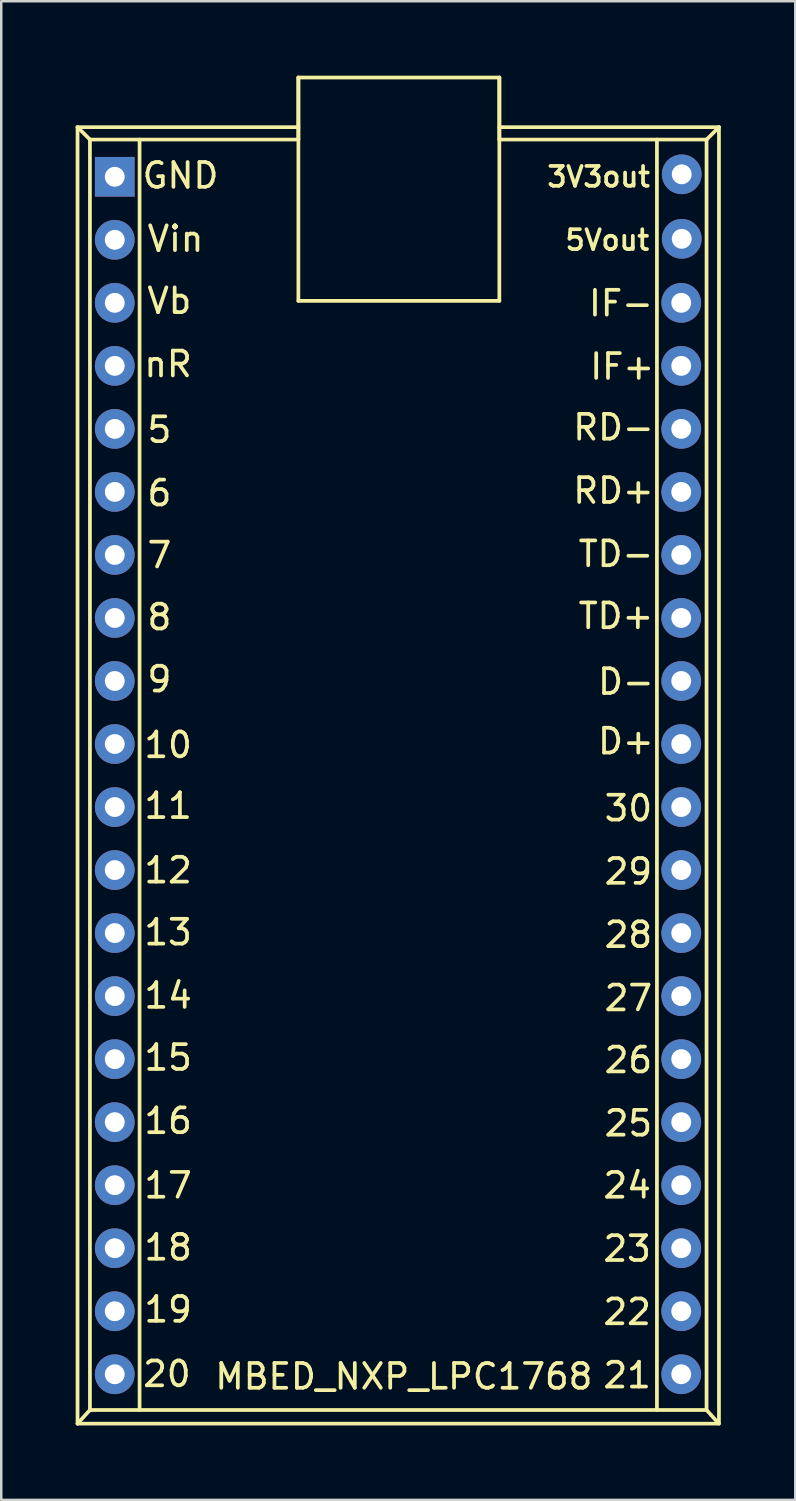
<source format=kicad_pcb>
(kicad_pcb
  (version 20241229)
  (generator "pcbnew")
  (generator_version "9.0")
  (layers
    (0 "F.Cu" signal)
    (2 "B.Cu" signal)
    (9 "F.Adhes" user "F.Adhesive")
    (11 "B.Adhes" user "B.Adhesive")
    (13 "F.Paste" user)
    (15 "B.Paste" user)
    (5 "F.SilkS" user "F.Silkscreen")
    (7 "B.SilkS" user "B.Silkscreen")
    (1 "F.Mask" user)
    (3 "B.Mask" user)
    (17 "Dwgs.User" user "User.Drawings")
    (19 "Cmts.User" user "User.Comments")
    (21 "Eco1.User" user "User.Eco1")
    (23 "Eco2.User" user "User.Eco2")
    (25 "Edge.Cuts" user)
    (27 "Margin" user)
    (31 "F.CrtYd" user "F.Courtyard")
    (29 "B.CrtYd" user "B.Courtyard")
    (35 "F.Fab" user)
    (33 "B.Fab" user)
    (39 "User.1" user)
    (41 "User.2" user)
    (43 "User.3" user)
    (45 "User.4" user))
  (footprint "MBED_NXP_LPC1768"
    (layer "F.Cu")
    (at 13.025 25.575)
    (property "Reference" "MBED_NXP_LPC1768" (at 0.2 26.85 0) (layer "F.SilkS") (effects (font (size 1 1) (thickness 0.15))))
    (attr through_hole)
    (fp_line (start -12.95 -23.5) (end -4.05 -23.5) (stroke (width 0.15) (type solid)) (layer "F.SilkS"))
    (fp_line (start -12.95 28.75) (end -12.95 -23.5) (stroke (width 0.15) (type solid)) (layer "F.SilkS"))
    (fp_line (start -12.95 28.75) (end -12.45 28.2) (stroke (width 0.15) (type solid)) (layer "F.SilkS"))
    (fp_line (start -12.45 -23) (end -12.95 -23.5) (stroke (width 0.15) (type solid)) (layer "F.SilkS"))
    (fp_line (start -12.45 -23) (end -4.05 -23) (stroke (width 0.15) (type solid)) (layer "F.SilkS"))
    (fp_line (start -12.45 28.2) (end -12.45 -23) (stroke (width 0.15) (type solid)) (layer "F.SilkS"))
    (fp_line (start -10.45 -23) (end -10.45 28.2) (stroke (width 0.15) (type solid)) (layer "F.SilkS"))
    (fp_line (start -4.05 -25.5) (end -4.05 -23) (stroke (width 0.15) (type solid)) (layer "F.SilkS"))
    (fp_line (start -4.05 -25.5) (end -4.05 -16.5) (stroke (width 0.15) (type solid)) (layer "F.SilkS"))
    (fp_line (start -4.05 -16.5) (end 4.05 -16.5) (stroke (width 0.15) (type solid)) (layer "F.SilkS"))
    (fp_line (start 4.05 -25.5) (end -4.05 -25.5) (stroke (width 0.15) (type solid)) (layer "F.SilkS"))
    (fp_line (start 4.05 -25.5) (end 4.05 -16.5) (stroke (width 0.15) (type solid)) (layer "F.SilkS"))
    (fp_line (start 4.05 -23) (end 4.05 -25.5) (stroke (width 0.15) (type solid)) (layer "F.SilkS"))
    (fp_line (start 4.05 -23) (end 12.4 -23) (stroke (width 0.15) (type solid)) (layer "F.SilkS"))
    (fp_line (start 10.4 28.2) (end 10.4 -23) (stroke (width 0.15) (type solid)) (layer "F.SilkS"))
    (fp_line (start 12.4 -23) (end 12.9 -23.5) (stroke (width 0.15) (type solid)) (layer "F.SilkS"))
    (fp_line (start 12.4 28.2) (end -12.45 28.2) (stroke (width 0.15) (type solid)) (layer "F.SilkS"))
    (fp_line (start 12.4 28.2) (end 12.4 -23) (stroke (width 0.15) (type solid)) (layer "F.SilkS"))
    (fp_line (start 12.4 28.2) (end 12.85 28.7) (stroke (width 0.15) (type solid)) (layer "F.SilkS"))
    (fp_line (start 12.9 -23.5) (end 4.05 -23.5) (stroke (width 0.15) (type solid)) (layer "F.SilkS"))
    (fp_line (start 12.9 -23.5) (end 12.9 28.75) (stroke (width 0.15) (type solid)) (layer "F.SilkS"))
    (fp_line (start 12.9 28.75) (end -12.95 28.75) (stroke (width 0.15) (type solid)) (layer "F.SilkS"))
    (fp_text user "28" (at 9.25 9.05 0) (layer "F.SilkS") (effects (font (size 1 1) (thickness 0.15))))
    (fp_text user "RD-" (at 8.65 -11.4 0) (layer "F.SilkS") (effects (font (size 1 1) (thickness 0.15))))
    (fp_text user "25" (at 9.25 16.65 0) (layer "F.SilkS") (effects (font (size 1 1) (thickness 0.15))))
    (fp_text user "6" (at -9.65 -8.75 0) (layer "F.SilkS") (effects (font (size 1 1) (thickness 0.15))))
    (fp_text user "TD+" (at 8.75 -3.8 0) (layer "F.SilkS") (effects (font (size 1 1) (thickness 0.15))))
    (fp_text user "nR" (at -9.3 -13.95 0) (layer "F.SilkS") (effects (font (size 1 1) (thickness 0.15))))
    (fp_text user "Vin" (at -9 -19 0) (layer "F.SilkS") (effects (font (size 1 1) (thickness 0.15))))
    (fp_text user "22" (at 9.2 24.25 0) (layer "F.SilkS") (effects (font (size 1 1) (thickness 0.15))))
    (fp_text user "26" (at 9.25 14.1 0) (layer "F.SilkS") (effects (font (size 1 1) (thickness 0.15))))
    (fp_text user "5" (at -9.65 -11.3 0) (layer "F.SilkS") (effects (font (size 1 1) (thickness 0.15))))
    (fp_text user "30" (at 9.25 3.95 0) (layer "F.SilkS") (effects (font (size 1 1) (thickness 0.15))))
    (fp_text user "9" (at -9.65 -1.25 0) (layer "F.SilkS") (effects (font (size 1 1) (thickness 0.15))))
    (fp_text user "11" (at -9.3 3.85 0) (layer "F.SilkS") (effects (font (size 1 1) (thickness 0.15))))
    (fp_text user "23" (at 9.2 21.7 0) (layer "F.SilkS") (effects (font (size 1 1) (thickness 0.15))))
    (fp_text user "19" (at -9.3 24.15 0) (layer "F.SilkS") (effects (font (size 1 1) (thickness 0.15))))
    (fp_text user "18" (at -9.3 21.65 0) (layer "F.SilkS") (effects (font (size 1 1) (thickness 0.15))))
    (fp_text user "10" (at -9.3 1.4 0) (layer "F.SilkS") (effects (font (size 1 1) (thickness 0.15))))
    (fp_text user "D+" (at 9.15 1.25 0) (layer "F.SilkS") (effects (font (size 1 1) (thickness 0.15))))
    (fp_text user "Vb" (at -9.25 -16.5 0) (layer "F.SilkS") (effects (font (size 1 1) (thickness 0.15))))
    (fp_text user "7" (at -9.65 -6.25 0) (layer "F.SilkS") (effects (font (size 1 1) (thickness 0.15))))
    (fp_text user "24" (at 9.2 19.15 0) (layer "F.SilkS") (effects (font (size 1 1) (thickness 0.15))))
    (fp_text user "RD+" (at 8.65 -8.85 0) (layer "F.SilkS") (effects (font (size 1 1) (thickness 0.15))))
    (fp_text user "D-" (at 9.15 -1.15 0) (layer "F.SilkS") (effects (font (size 1 1) (thickness 0.15))))
    (fp_text user "21" (at 9.2 26.8 0) (layer "F.SilkS") (effects (font (size 1 1) (thickness 0.15))))
    (fp_text user "3V3out" (at 8.05 -21.5 0) (layer "F.SilkS") (effects (font (size 0.8 0.8) (thickness 0.15))))
    (fp_text user "8" (at -9.65 -3.75 0) (layer "F.SilkS") (effects (font (size 1 1) (thickness 0.15))))
    (fp_text user "15" (at -9.3 14 0) (layer "F.SilkS") (effects (font (size 1 1) (thickness 0.15))))
    (fp_text user "16" (at -9.3 16.55 0) (layer "F.SilkS") (effects (font (size 1 1) (thickness 0.15))))
    (fp_text user "29" (at 9.25 6.5 0) (layer "F.SilkS") (effects (font (size 1 1) (thickness 0.15))))
    (fp_text user "IF-" (at 8.95 -16.4 0) (layer "F.SilkS") (effects (font (size 1 1) (thickness 0.15))))
    (fp_text user "27" (at 9.25 11.6 0) (layer "F.SilkS") (effects (font (size 1 1) (thickness 0.15))))
    (fp_text user "17" (at -9.3 19.15 0) (layer "F.SilkS") (effects (font (size 1 1) (thickness 0.15))))
    (fp_text user "TD-" (at 8.75 -6.3 0) (layer "F.SilkS") (effects (font (size 1 1) (thickness 0.15))))
    (fp_text user "12" (at -9.3 6.45 0) (layer "F.SilkS") (effects (font (size 1 1) (thickness 0.15))))
    (fp_text user "5Vout" (at 8.4 -18.95 0) (layer "F.SilkS") (effects (font (size 0.8 0.8) (thickness 0.15))))
    (fp_text user "13" (at -9.3 8.95 0) (layer "F.SilkS") (effects (font (size 1 1) (thickness 0.15))))
    (fp_text user "14" (at -9.3 11.5 0) (layer "F.SilkS") (effects (font (size 1 1) (thickness 0.15))))
    (fp_text user "20" (at -9.35 26.75 0) (layer "F.SilkS") (effects (font (size 1 1) (thickness 0.15))))
    (fp_text user "IF+" (at 9 -13.85 0) (layer "F.SilkS") (effects (font (size 1 1) (thickness 0.15))))
    (fp_text user "GND" (at -8.8 -21.55 0) (layer "F.SilkS") (effects (font (size 1 1) (thickness 0.15))))
    (pad "1" thru_hole rect (at -11.45 -21.5) (size 1.6 1.6) (drill 0.8) (layers "*.Cu" "*.Mask"))
    (pad "2" thru_hole oval (at -11.45 -18.96) (size 1.6 1.6) (drill 0.8) (layers "*.Cu" "*.Mask"))
    (pad "3" thru_hole oval (at -11.45 -16.42) (size 1.6 1.6) (drill 0.8) (layers "*.Cu" "*.Mask"))
    (pad "4" thru_hole oval (at -11.45 -13.88) (size 1.6 1.6) (drill 0.8) (layers "*.Cu" "*.Mask"))
    (pad "5" thru_hole oval (at -11.45 -11.34) (size 1.6 1.6) (drill 0.8) (layers "*.Cu" "*.Mask"))
    (pad "6" thru_hole oval (at -11.45 -8.8) (size 1.6 1.6) (drill 0.8) (layers "*.Cu" "*.Mask"))
    (pad "7" thru_hole oval (at -11.45 -6.26) (size 1.6 1.6) (drill 0.8) (layers "*.Cu" "*.Mask"))
    (pad "8" thru_hole oval (at -11.45 -3.72) (size 1.6 1.6) (drill 0.8) (layers "*.Cu" "*.Mask"))
    (pad "9" thru_hole oval (at -11.45 -1.18) (size 1.6 1.6) (drill 0.8) (layers "*.Cu" "*.Mask"))
    (pad "10" thru_hole oval (at -11.45 1.36) (size 1.6 1.6) (drill 0.8) (layers "*.Cu" "*.Mask"))
    (pad "11" thru_hole oval (at -11.45 3.9) (size 1.6 1.6) (drill 0.8) (layers "*.Cu" "*.Mask"))
    (pad "12" thru_hole oval (at -11.45 6.44) (size 1.6 1.6) (drill 0.8) (layers "*.Cu" "*.Mask"))
    (pad "13" thru_hole oval (at -11.45 8.98) (size 1.6 1.6) (drill 0.8) (layers "*.Cu" "*.Mask"))
    (pad "14" thru_hole oval (at -11.45 11.52) (size 1.6 1.6) (drill 0.8) (layers "*.Cu" "*.Mask"))
    (pad "15" thru_hole oval (at -11.45 14.06) (size 1.6 1.6) (drill 0.8) (layers "*.Cu" "*.Mask"))
    (pad "16" thru_hole oval (at -11.45 16.6) (size 1.6 1.6) (drill 0.8) (layers "*.Cu" "*.Mask"))
    (pad "17" thru_hole oval (at -11.45 19.14) (size 1.6 1.6) (drill 0.8) (layers "*.Cu" "*.Mask"))
    (pad "18" thru_hole oval (at -11.45 21.68) (size 1.6 1.6) (drill 0.8) (layers "*.Cu" "*.Mask"))
    (pad "19" thru_hole oval (at -11.45 24.22) (size 1.6 1.6) (drill 0.8) (layers "*.Cu" "*.Mask"))
    (pad "20" thru_hole oval (at -11.45 26.76) (size 1.6 1.6) (drill 0.8) (layers "*.Cu" "*.Mask"))
    (pad "21" thru_hole oval (at 11.38 26.76) (size 1.6 1.6) (drill 0.8) (layers "*.Cu" "*.Mask"))
    (pad "22" thru_hole oval (at 11.38 24.22) (size 1.6 1.6) (drill 0.8) (layers "*.Cu" "*.Mask"))
    (pad "23" thru_hole oval (at 11.38 21.68) (size 1.6 1.6) (drill 0.8) (layers "*.Cu" "*.Mask"))
    (pad "24" thru_hole oval (at 11.38 19.14) (size 1.6 1.6) (drill 0.8) (layers "*.Cu" "*.Mask"))
    (pad "25" thru_hole oval (at 11.38 16.6) (size 1.6 1.6) (drill 0.8) (layers "*.Cu" "*.Mask"))
    (pad "26" thru_hole oval (at 11.38 14.06) (size 1.6 1.6) (drill 0.8) (layers "*.Cu" "*.Mask"))
    (pad "27" thru_hole oval (at 11.38 11.52) (size 1.6 1.6) (drill 0.8) (layers "*.Cu" "*.Mask"))
    (pad "28" thru_hole oval (at 11.38 8.98) (size 1.6 1.6) (drill 0.8) (layers "*.Cu" "*.Mask"))
    (pad "29" thru_hole oval (at 11.38 6.44) (size 1.6 1.6) (drill 0.8) (layers "*.Cu" "*.Mask"))
    (pad "30" thru_hole oval (at 11.38 3.9) (size 1.6 1.6) (drill 0.8) (layers "*.Cu" "*.Mask"))
    (pad "31" thru_hole oval (at 11.38 1.36) (size 1.6 1.6) (drill 0.8) (layers "*.Cu" "*.Mask"))
    (pad "32" thru_hole oval (at 11.38 -1.18) (size 1.6 1.6) (drill 0.8) (layers "*.Cu" "*.Mask"))
    (pad "33" thru_hole oval (at 11.38 -3.72) (size 1.6 1.6) (drill 0.8) (layers "*.Cu" "*.Mask"))
    (pad "34" thru_hole oval (at 11.38 -6.26) (size 1.6 1.6) (drill 0.8) (layers "*.Cu" "*.Mask"))
    (pad "35" thru_hole oval (at 11.38 -8.8) (size 1.6 1.6) (drill 0.8) (layers "*.Cu" "*.Mask"))
    (pad "36" thru_hole oval (at 11.38 -11.34) (size 1.6 1.6) (drill 0.8) (layers "*.Cu" "*.Mask"))
    (pad "37" thru_hole oval (at 11.38 -13.88) (size 1.6 1.6) (drill 0.8) (layers "*.Cu" "*.Mask"))
    (pad "38" thru_hole oval (at 11.38 -16.42) (size 1.6 1.6) (drill 0.8) (layers "*.Cu" "*.Mask"))
    (pad "39" thru_hole oval (at 11.4 -19) (size 1.6 1.6) (drill 0.8) (layers "*.Cu" "*.Mask"))
    (pad "40" thru_hole oval (at 11.4 -21.6) (size 1.6 1.6) (drill 0.8) (layers "*.Cu" "*.Mask")))
  (gr_rect
    (start -3 -3)
    (end 29 57.4)
    (stroke (width 0.1) (type default))
    (fill no)
    (layer "Edge.Cuts")))
</source>
